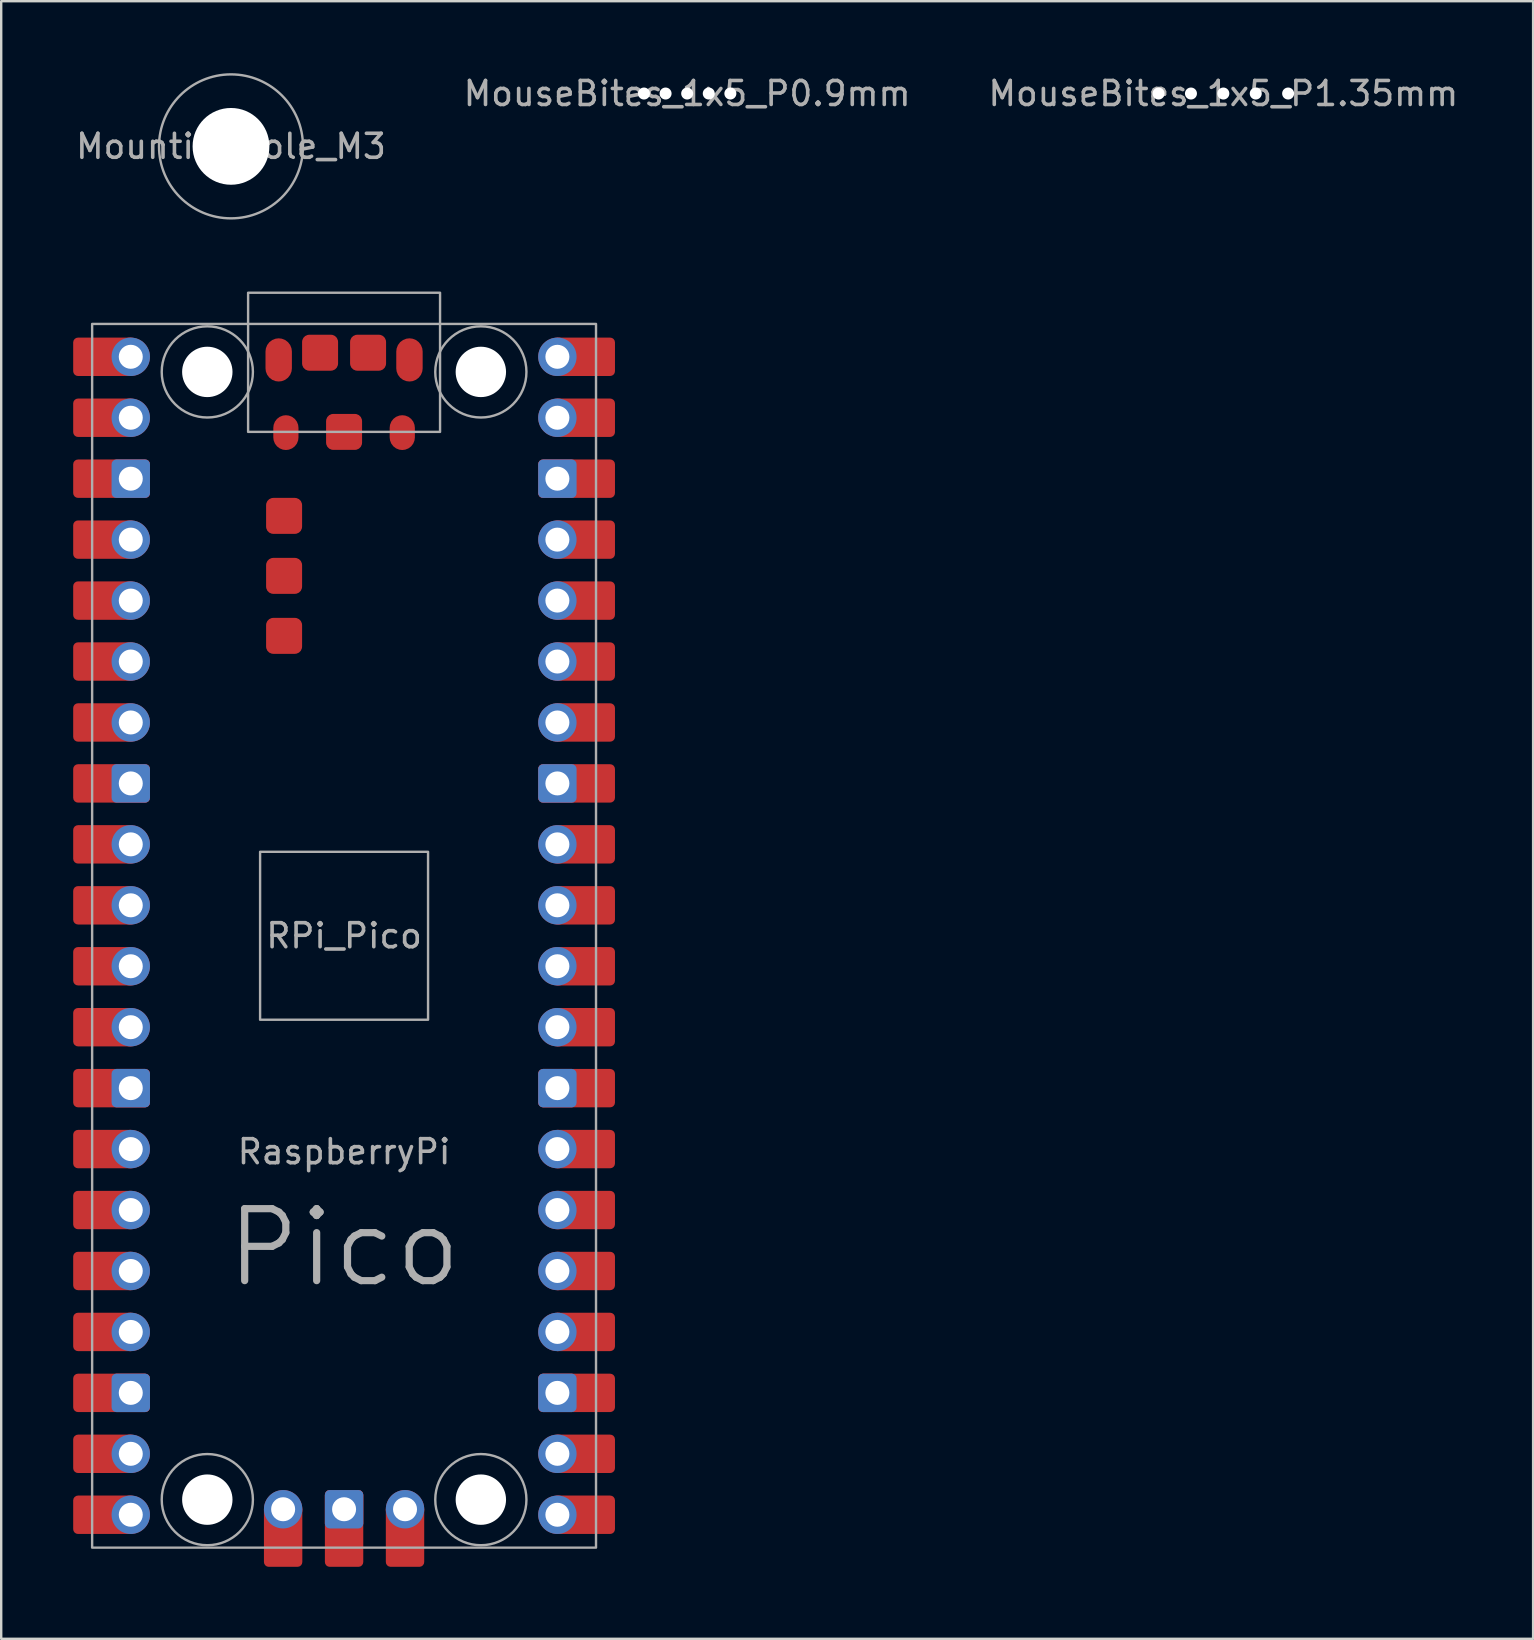
<source format=kicad_pcb>
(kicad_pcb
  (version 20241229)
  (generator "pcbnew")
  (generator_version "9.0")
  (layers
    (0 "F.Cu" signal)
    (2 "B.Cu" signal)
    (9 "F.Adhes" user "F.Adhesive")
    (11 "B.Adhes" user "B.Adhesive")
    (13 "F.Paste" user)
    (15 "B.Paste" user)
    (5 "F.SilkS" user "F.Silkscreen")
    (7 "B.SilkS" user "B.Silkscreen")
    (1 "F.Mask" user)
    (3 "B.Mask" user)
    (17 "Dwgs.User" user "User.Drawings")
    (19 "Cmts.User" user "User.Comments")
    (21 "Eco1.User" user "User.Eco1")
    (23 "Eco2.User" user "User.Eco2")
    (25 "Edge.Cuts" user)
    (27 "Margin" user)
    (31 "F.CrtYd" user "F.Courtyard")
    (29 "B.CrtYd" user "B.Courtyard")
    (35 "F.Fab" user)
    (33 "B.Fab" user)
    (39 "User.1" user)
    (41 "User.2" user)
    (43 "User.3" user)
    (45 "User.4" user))
  (footprint "RPi_Pico"
    (layer "F.Cu")
    (at 11.29 35.95)
    (property "Reference" "RPi_Pico" (at 0 0 0) (layer "F.Fab") (effects (font (size 1 1) (thickness 0.15))))
    (attr through_hole)
    (fp_rect (start -10.5 -25.5) (end 10.5 25.5) (stroke (width 0.1) (type solid)) (fill no) (layer "F.Fab"))
    (fp_rect (start -4 -26.8) (end 4 -21) (stroke (width 0.1) (type solid)) (fill no) (layer "F.Fab"))
    (fp_rect (start -3.5 -3.5) (end 3.5 3.5) (stroke (width 0.1) (type solid)) (fill no) (layer "F.Fab"))
    (fp_circle (center -5.7 -23.5) (end -3.8 -23.5) (stroke (width 0.1) (type solid)) (fill no) (layer "F.Fab"))
    (fp_circle (center -5.7 23.5) (end -3.8 23.5) (stroke (width 0.1) (type solid)) (fill no) (layer "F.Fab"))
    (fp_circle (center 5.7 -23.5) (end 7.6 -23.5) (stroke (width 0.1) (type solid)) (fill no) (layer "F.Fab"))
    (fp_circle (center 5.7 23.5) (end 7.6 23.5) (stroke (width 0.1) (type solid)) (fill no) (layer "F.Fab"))
    (fp_text user "Pico" (at 0 13 0) (layer "F.Fab") (effects (font (size 3 3) (thickness 0.3))))
    (fp_text user "RaspberryPi" (at 0 9 0) (layer "F.Fab") (effects (font (size 1 1) (thickness 0.15))))
    (pad "" np_thru_hole circle (at -5.7 -23.5) (size 2.1 2.1) (drill 2.1) (layers "*.Cu" "*.Mask"))
    (pad "" np_thru_hole circle (at -5.7 23.5) (size 2.1 2.1) (drill 2.1) (layers "*.Cu" "*.Mask"))
    (pad "" np_thru_hole circle (at 5.7 -23.5) (size 2.1 2.1) (drill 2.1) (layers "*.Cu" "*.Mask"))
    (pad "" np_thru_hole circle (at 5.7 23.5) (size 2.1 2.1) (drill 2.1) (layers "*.Cu" "*.Mask"))
    (pad "1" smd roundrect (at -9.99 -24.13) (size 2.6 1.6) (layers "F.Cu" "F.Mask") (roundrect_rratio 0.125))
    (pad "1" thru_hole circle (at -8.89 -24.13) (size 1.6 1.6) (drill 1) (layers "*.Cu" "*.Mask"))
    (pad "2" smd roundrect (at -9.99 -21.59) (size 2.6 1.6) (layers "F.Cu" "F.Mask") (roundrect_rratio 0.125))
    (pad "2" thru_hole circle (at -8.89 -21.59) (size 1.6 1.6) (drill 1) (layers "*.Cu" "*.Mask"))
    (pad "3" smd roundrect (at -9.69 -19.05) (size 3.2 1.6) (layers "F.Cu" "F.Mask") (roundrect_rratio 0.125))
    (pad "3" thru_hole roundrect (at -8.89 -19.05) (size 1.6 1.6) (drill 1) (layers "*.Cu" "*.Mask") (roundrect_rratio 0.125))
    (pad "4" smd roundrect (at -9.99 -16.51) (size 2.6 1.6) (layers "F.Cu" "F.Mask") (roundrect_rratio 0.125))
    (pad "4" thru_hole circle (at -8.89 -16.51) (size 1.6 1.6) (drill 1) (layers "*.Cu" "*.Mask"))
    (pad "5" smd roundrect (at -9.99 -13.97) (size 2.6 1.6) (layers "F.Cu" "F.Mask") (roundrect_rratio 0.125))
    (pad "5" thru_hole circle (at -8.89 -13.97) (size 1.6 1.6) (drill 1) (layers "*.Cu" "*.Mask"))
    (pad "6" smd roundrect (at -9.99 -11.43) (size 2.6 1.6) (layers "F.Cu" "F.Mask") (roundrect_rratio 0.125))
    (pad "6" thru_hole circle (at -8.89 -11.43) (size 1.6 1.6) (drill 1) (layers "*.Cu" "*.Mask"))
    (pad "7" smd roundrect (at -9.99 -8.89) (size 2.6 1.6) (layers "F.Cu" "F.Mask") (roundrect_rratio 0.125))
    (pad "7" thru_hole circle (at -8.89 -8.89) (size 1.6 1.6) (drill 1) (layers "*.Cu" "*.Mask"))
    (pad "8" smd roundrect (at -9.69 -6.35) (size 3.2 1.6) (layers "F.Cu" "F.Mask") (roundrect_rratio 0.125))
    (pad "8" thru_hole roundrect (at -8.89 -6.35) (size 1.6 1.6) (drill 1) (layers "*.Cu" "*.Mask") (roundrect_rratio 0.125))
    (pad "9" smd roundrect (at -9.99 -3.81) (size 2.6 1.6) (layers "F.Cu" "F.Mask") (roundrect_rratio 0.125))
    (pad "9" thru_hole circle (at -8.89 -3.81) (size 1.6 1.6) (drill 1) (layers "*.Cu" "*.Mask"))
    (pad "10" smd roundrect (at -9.99 -1.27) (size 2.6 1.6) (layers "F.Cu" "F.Mask") (roundrect_rratio 0.125))
    (pad "10" thru_hole circle (at -8.89 -1.27) (size 1.6 1.6) (drill 1) (layers "*.Cu" "*.Mask"))
    (pad "11" smd roundrect (at -9.99 1.27) (size 2.6 1.6) (layers "F.Cu" "F.Mask") (roundrect_rratio 0.125))
    (pad "11" thru_hole circle (at -8.89 1.27) (size 1.6 1.6) (drill 1) (layers "*.Cu" "*.Mask"))
    (pad "12" smd roundrect (at -9.99 3.81) (size 2.6 1.6) (layers "F.Cu" "F.Mask") (roundrect_rratio 0.125))
    (pad "12" thru_hole circle (at -8.89 3.81) (size 1.6 1.6) (drill 1) (layers "*.Cu" "*.Mask"))
    (pad "13" smd roundrect (at -9.69 6.35) (size 3.2 1.6) (layers "F.Cu" "F.Mask") (roundrect_rratio 0.125))
    (pad "13" thru_hole roundrect (at -8.89 6.35) (size 1.6 1.6) (drill 1) (layers "*.Cu" "*.Mask") (roundrect_rratio 0.125))
    (pad "14" smd roundrect (at -9.99 8.89) (size 2.6 1.6) (layers "F.Cu" "F.Mask") (roundrect_rratio 0.125))
    (pad "14" thru_hole circle (at -8.89 8.89) (size 1.6 1.6) (drill 1) (layers "*.Cu" "*.Mask"))
    (pad "15" smd roundrect (at -9.99 11.43) (size 2.6 1.6) (layers "F.Cu" "F.Mask") (roundrect_rratio 0.125))
    (pad "15" thru_hole circle (at -8.89 11.43) (size 1.6 1.6) (drill 1) (layers "*.Cu" "*.Mask"))
    (pad "16" smd roundrect (at -9.99 13.97) (size 2.6 1.6) (layers "F.Cu" "F.Mask") (roundrect_rratio 0.125))
    (pad "16" thru_hole circle (at -8.89 13.97) (size 1.6 1.6) (drill 1) (layers "*.Cu" "*.Mask"))
    (pad "17" smd roundrect (at -9.99 16.51) (size 2.6 1.6) (layers "F.Cu" "F.Mask") (roundrect_rratio 0.125))
    (pad "17" thru_hole circle (at -8.89 16.51) (size 1.6 1.6) (drill 1) (layers "*.Cu" "*.Mask"))
    (pad "18" smd roundrect (at -9.69 19.05) (size 3.2 1.6) (layers "F.Cu" "F.Mask") (roundrect_rratio 0.125))
    (pad "18" thru_hole roundrect (at -8.89 19.05) (size 1.6 1.6) (drill 1) (layers "*.Cu" "*.Mask") (roundrect_rratio 0.125))
    (pad "19" smd roundrect (at -9.99 21.59) (size 2.6 1.6) (layers "F.Cu" "F.Mask") (roundrect_rratio 0.125))
    (pad "19" thru_hole circle (at -8.89 21.59) (size 1.6 1.6) (drill 1) (layers "*.Cu" "*.Mask"))
    (pad "20" smd roundrect (at -9.99 24.13) (size 2.6 1.6) (layers "F.Cu" "F.Mask") (roundrect_rratio 0.125))
    (pad "20" thru_hole circle (at -8.89 24.13) (size 1.6 1.6) (drill 1) (layers "*.Cu" "*.Mask"))
    (pad "21" thru_hole circle (at 8.89 24.13) (size 1.6 1.6) (drill 1) (layers "*.Cu" "*.Mask"))
    (pad "21" smd roundrect (at 9.99 24.13) (size 2.6 1.6) (layers "F.Cu" "F.Mask") (roundrect_rratio 0.125))
    (pad "22" thru_hole circle (at 8.89 21.59) (size 1.6 1.6) (drill 1) (layers "*.Cu" "*.Mask"))
    (pad "22" smd roundrect (at 9.99 21.59) (size 2.6 1.6) (layers "F.Cu" "F.Mask") (roundrect_rratio 0.125))
    (pad "23" thru_hole roundrect (at 8.89 19.05) (size 1.6 1.6) (drill 1) (layers "*.Cu" "*.Mask") (roundrect_rratio 0.125))
    (pad "23" smd roundrect (at 9.69 19.05) (size 3.2 1.6) (layers "F.Cu" "F.Mask") (roundrect_rratio 0.125))
    (pad "24" thru_hole circle (at 8.89 16.51) (size 1.6 1.6) (drill 1) (layers "*.Cu" "*.Mask"))
    (pad "24" smd roundrect (at 9.99 16.51) (size 2.6 1.6) (layers "F.Cu" "F.Mask") (roundrect_rratio 0.125))
    (pad "25" thru_hole circle (at 8.89 13.97) (size 1.6 1.6) (drill 1) (layers "*.Cu" "*.Mask"))
    (pad "25" smd roundrect (at 9.99 13.97) (size 2.6 1.6) (layers "F.Cu" "F.Mask") (roundrect_rratio 0.125))
    (pad "26" thru_hole circle (at 8.89 11.43) (size 1.6 1.6) (drill 1) (layers "*.Cu" "*.Mask"))
    (pad "26" smd roundrect (at 9.99 11.43) (size 2.6 1.6) (layers "F.Cu" "F.Mask") (roundrect_rratio 0.125))
    (pad "27" thru_hole circle (at 8.89 8.89) (size 1.6 1.6) (drill 1) (layers "*.Cu" "*.Mask"))
    (pad "27" smd roundrect (at 9.99 8.89) (size 2.6 1.6) (layers "F.Cu" "F.Mask") (roundrect_rratio 0.125))
    (pad "28" thru_hole roundrect (at 8.89 6.35) (size 1.6 1.6) (drill 1) (layers "*.Cu" "*.Mask") (roundrect_rratio 0.125))
    (pad "28" smd roundrect (at 9.69 6.35) (size 3.2 1.6) (layers "F.Cu" "F.Mask") (roundrect_rratio 0.125))
    (pad "29" thru_hole circle (at 8.89 3.81) (size 1.6 1.6) (drill 1) (layers "*.Cu" "*.Mask"))
    (pad "29" smd roundrect (at 9.99 3.81) (size 2.6 1.6) (layers "F.Cu" "F.Mask") (roundrect_rratio 0.125))
    (pad "30" thru_hole circle (at 8.89 1.27) (size 1.6 1.6) (drill 1) (layers "*.Cu" "*.Mask"))
    (pad "30" smd roundrect (at 9.99 1.27) (size 2.6 1.6) (layers "F.Cu" "F.Mask") (roundrect_rratio 0.125))
    (pad "31" thru_hole circle (at 8.89 -1.27) (size 1.6 1.6) (drill 1) (layers "*.Cu" "*.Mask"))
    (pad "31" smd roundrect (at 9.99 -1.27) (size 2.6 1.6) (layers "F.Cu" "F.Mask") (roundrect_rratio 0.125))
    (pad "32" thru_hole circle (at 8.89 -3.81) (size 1.6 1.6) (drill 1) (layers "*.Cu" "*.Mask"))
    (pad "32" smd roundrect (at 9.99 -3.81) (size 2.6 1.6) (layers "F.Cu" "F.Mask") (roundrect_rratio 0.125))
    (pad "33" thru_hole roundrect (at 8.89 -6.35) (size 1.6 1.6) (drill 1) (layers "*.Cu" "*.Mask") (roundrect_rratio 0.125))
    (pad "33" smd roundrect (at 9.69 -6.35) (size 3.2 1.6) (layers "F.Cu" "F.Mask") (roundrect_rratio 0.125))
    (pad "34" thru_hole circle (at 8.89 -8.89) (size 1.6 1.6) (drill 1) (layers "*.Cu" "*.Mask"))
    (pad "34" smd roundrect (at 9.99 -8.89) (size 2.6 1.6) (layers "F.Cu" "F.Mask") (roundrect_rratio 0.125))
    (pad "35" thru_hole circle (at 8.89 -11.43) (size 1.6 1.6) (drill 1) (layers "*.Cu" "*.Mask"))
    (pad "35" smd roundrect (at 9.99 -11.43) (size 2.6 1.6) (layers "F.Cu" "F.Mask") (roundrect_rratio 0.125))
    (pad "36" thru_hole circle (at 8.89 -13.97) (size 1.6 1.6) (drill 1) (layers "*.Cu" "*.Mask"))
    (pad "36" smd roundrect (at 9.99 -13.97) (size 2.6 1.6) (layers "F.Cu" "F.Mask") (roundrect_rratio 0.125))
    (pad "37" thru_hole circle (at 8.89 -16.51) (size 1.6 1.6) (drill 1) (layers "*.Cu" "*.Mask"))
    (pad "37" smd roundrect (at 9.99 -16.51) (size 2.6 1.6) (layers "F.Cu" "F.Mask") (roundrect_rratio 0.125))
    (pad "38" thru_hole roundrect (at 8.89 -19.05) (size 1.6 1.6) (drill 1) (layers "*.Cu" "*.Mask") (roundrect_rratio 0.125))
    (pad "38" smd roundrect (at 9.69 -19.05) (size 3.2 1.6) (layers "F.Cu" "F.Mask") (roundrect_rratio 0.125))
    (pad "39" thru_hole circle (at 8.89 -21.59) (size 1.6 1.6) (drill 1) (layers "*.Cu" "*.Mask"))
    (pad "39" smd roundrect (at 9.99 -21.59) (size 2.6 1.6) (layers "F.Cu" "F.Mask") (roundrect_rratio 0.125))
    (pad "40" thru_hole circle (at 8.89 -24.13) (size 1.6 1.6) (drill 1) (layers "*.Cu" "*.Mask"))
    (pad "40" smd roundrect (at 9.99 -24.13) (size 2.6 1.6) (layers "F.Cu" "F.Mask") (roundrect_rratio 0.125))
    (pad "A" smd roundrect (at -2.725 -24) (size 1.1 1.8) (layers "F.Cu" "F.Mask") (roundrect_rratio 0.5))
    (pad "B" smd roundrect (at 2.725 -24) (size 1.1 1.8) (layers "F.Cu" "F.Mask") (roundrect_rratio 0.5))
    (pad "C" smd roundrect (at -2.425 -20.97) (size 1.05 1.45) (layers "F.Cu" "F.Mask") (roundrect_rratio 0.5))
    (pad "D" smd roundrect (at 2.425 -20.97) (size 1.05 1.45) (layers "F.Cu" "F.Mask") (roundrect_rratio 0.5))
    (pad "D1" thru_hole circle (at -2.54 23.9) (size 1.6 1.6) (drill 1) (layers "*.Cu" "*.Mask"))
    (pad "D1" smd roundrect (at -2.54 25 90) (size 2.6 1.6) (layers "F.Cu" "F.Mask") (roundrect_rratio 0.125))
    (pad "D2" thru_hole roundrect (at 0 23.9) (size 1.6 1.6) (drill 1) (layers "*.Cu" "*.Mask") (roundrect_rratio 0.125))
    (pad "D2" smd roundrect (at 0 24.7 90) (size 3.2 1.6) (layers "F.Cu" "F.Mask") (roundrect_rratio 0.125))
    (pad "D3" thru_hole circle (at 2.54 23.9) (size 1.6 1.6) (drill 1) (layers "*.Cu" "*.Mask"))
    (pad "D3" smd roundrect (at 2.54 25 90) (size 2.6 1.6) (layers "F.Cu" "F.Mask") (roundrect_rratio 0.125))
    (pad "TP1" smd roundrect (at 0 -21) (size 1.5 1.5) (layers "F.Cu" "F.Mask") (roundrect_rratio 0.2))
    (pad "TP2" smd roundrect (at 1 -24.3) (size 1.5 1.5) (layers "F.Cu" "F.Mask") (roundrect_rratio 0.2))
    (pad "TP3" smd roundrect (at -1 -24.3) (size 1.5 1.5) (layers "F.Cu" "F.Mask") (roundrect_rratio 0.2))
    (pad "TP4" smd roundrect (at -2.5 -17.5) (size 1.5 1.5) (layers "F.Cu" "F.Mask") (roundrect_rratio 0.2))
    (pad "TP5" smd roundrect (at -2.5 -15) (size 1.5 1.5) (layers "F.Cu" "F.Mask") (roundrect_rratio 0.2))
    (pad "TP6" smd roundrect (at -2.5 -12.5) (size 1.5 1.5) (layers "F.Cu" "F.Mask") (roundrect_rratio 0.2)))
  (footprint "MouseBites_1x5_P1.35mm"
    (layer "F.Cu")
    (at 47.935 0.848)
    (property "Reference" "MouseBites_1x5_P1.35mm" (at 0 0 0) (unlocked yes) (layer "F.Fab") (effects (font (size 1 1) (thickness 0.15))))
    (attr board_only exclude_from_pos_files exclude_from_bom allow_missing_courtyard)
    (pad "" np_thru_hole circle (at -2.7 0) (size 0.5 0.5) (drill 0.5) (layers "*.Cu" "*.Mask"))
    (pad "" np_thru_hole circle (at -1.35 0) (size 0.5 0.5) (drill 0.5) (layers "*.Cu" "*.Mask"))
    (pad "" np_thru_hole circle (at 0 0) (size 0.5 0.5) (drill 0.5) (layers "*.Cu" "*.Mask"))
    (pad "" np_thru_hole circle (at 1.35 0) (size 0.5 0.5) (drill 0.5) (layers "*.Cu" "*.Mask"))
    (pad "" np_thru_hole circle (at 2.7 0) (size 0.5 0.5) (drill 0.5) (layers "*.Cu" "*.Mask")))
  (footprint "MouseBites_1x5_P0.9mm"
    (layer "F.Cu")
    (at 25.589 0.848)
    (property "Reference" "MouseBites_1x5_P0.9mm" (at 0 0 0) (unlocked yes) (layer "F.Fab") (effects (font (size 1 1) (thickness 0.15))))
    (attr board_only exclude_from_pos_files exclude_from_bom allow_missing_courtyard)
    (pad "" np_thru_hole circle (at -1.8 0) (size 0.5 0.5) (drill 0.5) (layers "*.Cu" "*.Mask"))
    (pad "" np_thru_hole circle (at -0.9 0) (size 0.5 0.5) (drill 0.5) (layers "*.Cu" "*.Mask"))
    (pad "" np_thru_hole circle (at 0 0) (size 0.5 0.5) (drill 0.5) (layers "*.Cu" "*.Mask"))
    (pad "" np_thru_hole circle (at 0.9 0) (size 0.5 0.5) (drill 0.5) (layers "*.Cu" "*.Mask"))
    (pad "" np_thru_hole circle (at 1.8 0) (size 0.5 0.5) (drill 0.5) (layers "*.Cu" "*.Mask")))
  (footprint "MountingHole_M3"
    (layer "F.Cu")
    (at 6.577 3.05)
    (property "Reference" "MountingHole_M3" (at 0 0 0) (layer "F.Fab") (effects (font (size 1 1) (thickness 0.15))))
    (attr board_only exclude_from_pos_files exclude_from_bom allow_missing_courtyard)
    (fp_circle (center 0 0) (end 3 0) (stroke (width 0.1) (type solid)) (fill no) (layer "F.Fab"))
    (pad "" np_thru_hole circle (at 0 0) (size 3.2 3.2) (drill 3.2) (layers "*.Cu" "*.Mask")))
  (gr_rect
    (start -3 -3)
    (end 60.845 65.25)
    (stroke (width 0.1) (type default))
    (fill no)
    (layer "Edge.Cuts")))
</source>
